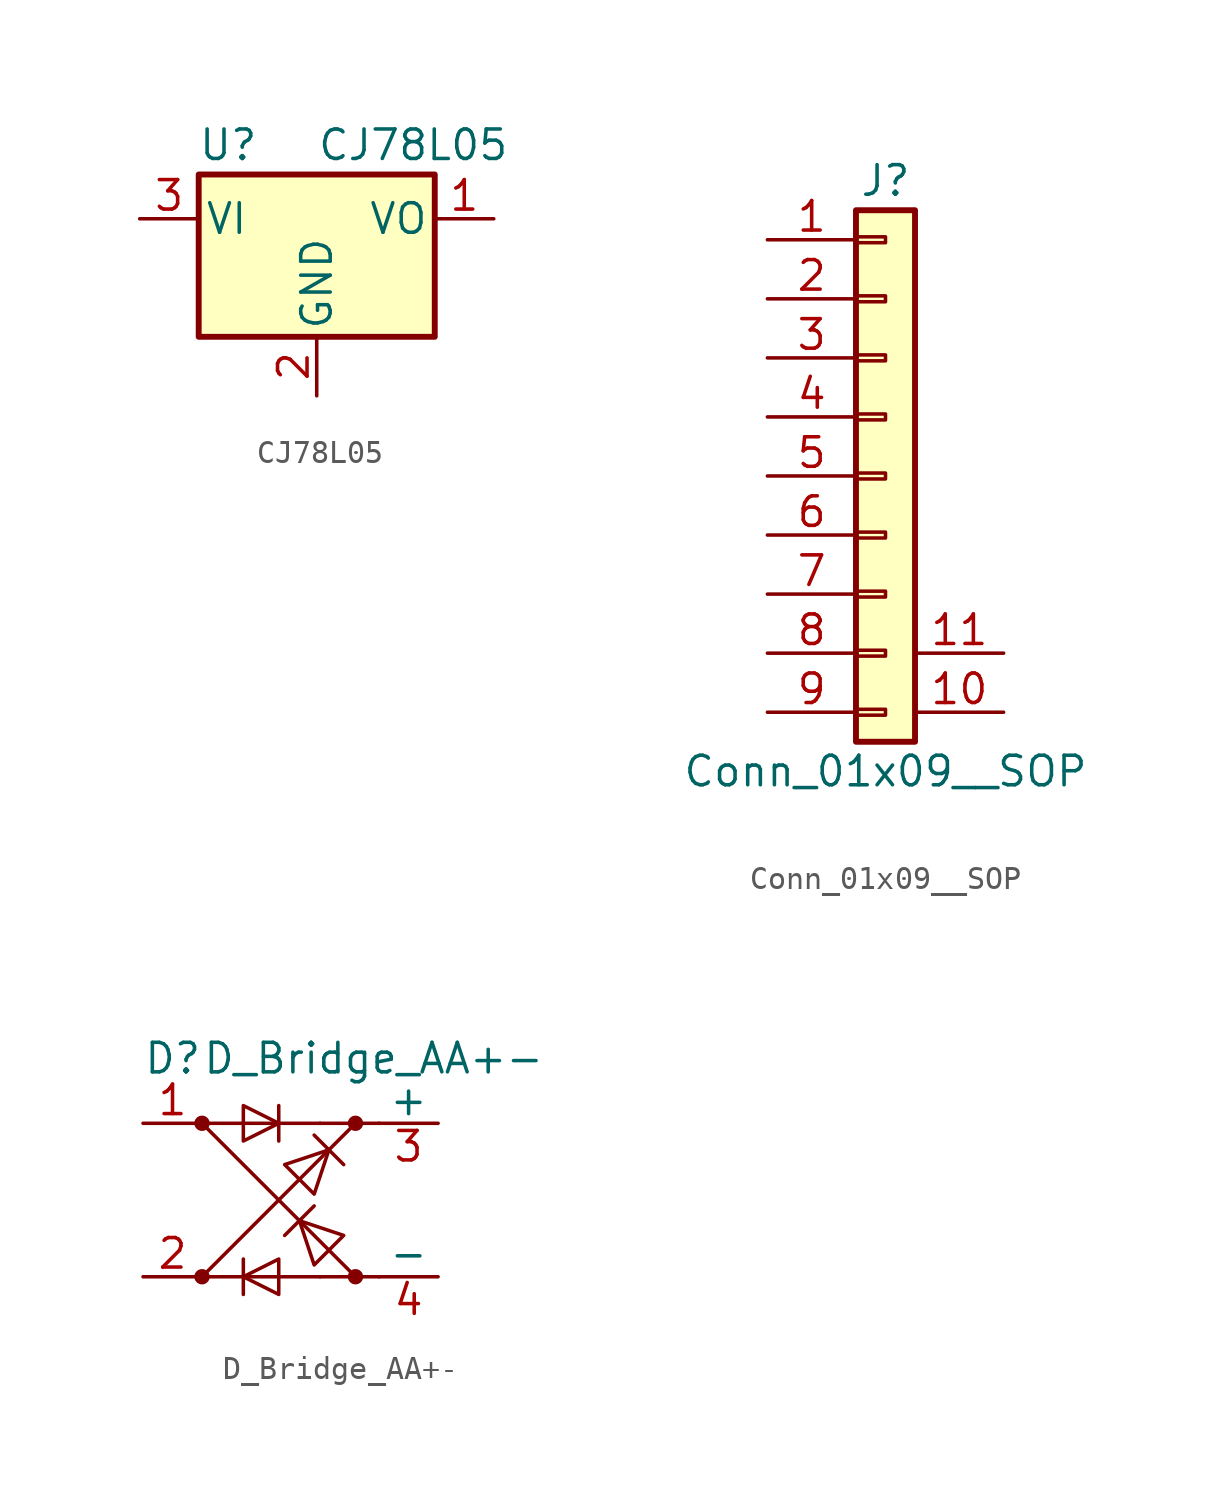
<source format=kicad_sym>
(kicad_symbol_lib
  (version 20211014)
  (generator kicad_symbol_editor)
  (symbol "CJ78L05"
    (pin_names
      (offset 0.254))
    (property "Reference" "U"
      (at -3.81 3.175 0)
      (effects (font (size 1.27 1.27))))
    (property "Value" "CJ78L05"
      (at 0 3.175 0)
      (effects (font (size 1.27 1.27)) (justify left)))
    (symbol "CJ78L05_0_1"
      (rectangle (start -5.08 -5.08) (end 5.08 1.905) (stroke (width 0.254) (type default) (color 0 0 0 0)) (fill (type background))))
    (symbol "CJ78L05_1_1"
      (pin power_out line (at 7.62 0 180) (length 2.54) (name "VO" (effects (font (size 1.27 1.27)))) (number "1" (effects (font (size 1.27 1.27)))))
      (pin power_in line (at 0 -7.62 90) (length 2.54) (name "GND" (effects (font (size 1.27 1.27)))) (number "2" (effects (font (size 1.27 1.27)))))
      (pin power_in line (at -7.62 0 0) (length 2.54) (name "VI" (effects (font (size 1.27 1.27)))) (number "3" (effects (font (size 1.27 1.27)))))))
  (symbol "Conn_01x09__SOP"
    (pin_names
      (offset 1.016) hide)
    (property "Reference" "J"
      (at 0 12.7 0)
      (effects (font (size 1.27 1.27))))
    (property "Value" "Conn_01x09__SOP"
      (at 0 -12.7 0)
      (effects (font (size 1.27 1.27))))
    (symbol "Conn_01x09__SOP_1_1"
      (rectangle (start -1.27 -10.033) (end 0 -10.287) (stroke (width 0.152) (type default) (color 0 0 0 0)) (fill (type none)))
      (rectangle (start -1.27 -7.493) (end 0 -7.747) (stroke (width 0.152) (type default) (color 0 0 0 0)) (fill (type none)))
      (rectangle (start -1.27 -4.953) (end 0 -5.207) (stroke (width 0.152) (type default) (color 0 0 0 0)) (fill (type none)))
      (rectangle (start -1.27 -2.413) (end 0 -2.667) (stroke (width 0.152) (type default) (color 0 0 0 0)) (fill (type none)))
      (rectangle (start -1.27 0.127) (end 0 -0.127) (stroke (width 0.152) (type default) (color 0 0 0 0)) (fill (type none)))
      (rectangle (start -1.27 2.667) (end 0 2.413) (stroke (width 0.152) (type default) (color 0 0 0 0)) (fill (type none)))
      (rectangle (start -1.27 5.207) (end 0 4.953) (stroke (width 0.152) (type default) (color 0 0 0 0)) (fill (type none)))
      (rectangle (start -1.27 7.747) (end 0 7.493) (stroke (width 0.152) (type default) (color 0 0 0 0)) (fill (type none)))
      (rectangle (start -1.27 10.287) (end 0 10.033) (stroke (width 0.152) (type default) (color 0 0 0 0)) (fill (type none)))
      (rectangle (start -1.27 11.43) (end 1.27 -11.43) (stroke (width 0.254) (type default) (color 0 0 0 0)) (fill (type background)))
      (pin passive line (at -5.08 10.16 0) (length 3.81) (name "Pin_1" (effects (font (size 1.27 1.27)))) (number "1" (effects (font (size 1.27 1.27)))))
      (pin passive line (at 5.08 -10.16 180) (length 3.81) (name "Pin_10" (effects (font (size 1.27 1.27)))) (number "10" (effects (font (size 1.27 1.27)))))
      (pin passive line (at 5.08 -7.62 180) (length 3.81) (name "Pin_11" (effects (font (size 1.27 1.27)))) (number "11" (effects (font (size 1.27 1.27)))))
      (pin passive line (at -5.08 7.62 0) (length 3.81) (name "Pin_2" (effects (font (size 1.27 1.27)))) (number "2" (effects (font (size 1.27 1.27)))))
      (pin passive line (at -5.08 5.08 0) (length 3.81) (name "Pin_3" (effects (font (size 1.27 1.27)))) (number "3" (effects (font (size 1.27 1.27)))))
      (pin passive line (at -5.08 2.54 0) (length 3.81) (name "Pin_4" (effects (font (size 1.27 1.27)))) (number "4" (effects (font (size 1.27 1.27)))))
      (pin passive line (at -5.08 0 0) (length 3.81) (name "Pin_5" (effects (font (size 1.27 1.27)))) (number "5" (effects (font (size 1.27 1.27)))))
      (pin passive line (at -5.08 -2.54 0) (length 3.81) (name "Pin_6" (effects (font (size 1.27 1.27)))) (number "6" (effects (font (size 1.27 1.27)))))
      (pin passive line (at -5.08 -5.08 0) (length 3.81) (name "Pin_7" (effects (font (size 1.27 1.27)))) (number "7" (effects (font (size 1.27 1.27)))))
      (pin passive line (at -5.08 -7.62 0) (length 3.81) (name "Pin_8" (effects (font (size 1.27 1.27)))) (number "8" (effects (font (size 1.27 1.27)))))
      (pin passive line (at -5.08 -10.16 0) (length 3.81) (name "Pin_9" (effects (font (size 1.27 1.27)))) (number "9" (effects (font (size 1.27 1.27)))))))
  (symbol "D_Bridge_AA+-"
    (pin_names
      (offset 0))
    (property "Reference" "D"
      (at -5.08 6.096 0)
      (effects (font (size 1.27 1.27)) (justify left)))
    (property "Value" "D_Bridge_AA+-"
      (at -2.54 6.096 0)
      (effects (font (size 1.27 1.27)) (justify left)))
    (symbol "D_Bridge_AA+-_0_1"
      (circle (center -2.54 -3.302) (radius 0.254) (stroke (width 0) (type default) (color 0 0 0 0)) (fill (type outline)))
      (circle (center -2.54 3.302) (radius 0.254) (stroke (width 0) (type default) (color 0 0 0 0)) (fill (type outline)))
      (polyline (pts (xy -0.762 -2.54) (xy -0.762 -4.064)) (stroke (width 0) (type default) (color 0 0 0 0)) (fill (type none)))
      (polyline (pts (xy 2.286 -0.254) (xy 1.016 -1.524)) (stroke (width 0) (type default) (color 0 0 0 0)) (fill (type none)))
      (polyline (pts (xy 2.286 2.794) (xy 3.556 1.524)) (stroke (width 0) (type default) (color 0 0 0 0)) (fill (type none)))
      (polyline (pts (xy 2.54 -3.302) (xy 5.08 -3.302)) (stroke (width 0) (type default) (color 0 0 0 0)) (fill (type none)))
      (polyline (pts (xy 2.54 3.302) (xy 5.08 3.302)) (stroke (width 0) (type default) (color 0 0 0 0)) (fill (type none)))
      (polyline (pts (xy 4.064 -3.302) (xy -2.54 3.302)) (stroke (width 0) (type default) (color 0 0 0 0)) (fill (type none)))
      (polyline (pts (xy 4.064 3.302) (xy -2.54 -3.302)) (stroke (width 0) (type default) (color 0 0 0 0)) (fill (type none)))
      (polyline (pts (xy -2.54 3.302) (xy 1.27 3.302) (xy 2.54 3.302)) (stroke (width 0) (type default) (color 0 0 0 0)) (fill (type none)))
      (polyline (pts (xy 0.762 -2.54) (xy 0.762 -4.064) (xy -0.762 -3.302) (xy 0.762 -2.54)) (stroke (width 0) (type default) (color 0 0 0 0)) (fill (type none)))
      (polyline (pts (xy 1.016 1.524) (xy 2.286 0.254) (xy 2.921 2.159) (xy 1.016 1.524)) (stroke (width 0) (type default) (color 0 0 0 0)) (fill (type none)))
      (polyline (pts (xy 3.556 -1.524) (xy 2.286 -2.794) (xy 1.651 -0.889) (xy 3.556 -1.524)) (stroke (width 0) (type default) (color 0 0 0 0)) (fill (type none)))
      (circle (center 4.064 3.302) (radius 0.254) (stroke (width 0) (type default) (color 0 0 0 0)) (fill (type outline))))
    (symbol "D_Bridge_AA+-_1_1"
      (polyline (pts (xy 0.762 2.54) (xy 0.762 4.064)) (stroke (width 0) (type default) (color 0 0 0 0)) (fill (type none)))
      (polyline (pts (xy -2.54 -3.302) (xy 1.27 -3.302) (xy 2.54 -3.302)) (stroke (width 0) (type default) (color 0 0 0 0)) (fill (type none)))
      (polyline (pts (xy -0.762 2.54) (xy -0.762 4.064) (xy 0.762 3.302) (xy -0.762 2.54)) (stroke (width 0) (type default) (color 0 0 0 0)) (fill (type none)))
      (circle (center 4.064 -3.302) (radius 0.254) (stroke (width 0) (type default) (color 0 0 0 0)) (fill (type outline)))
      (pin passive line (at -5.08 3.302 0) (length 2.54) (name "~" (effects (font (size 1.27 1.27)))) (number "1" (effects (font (size 1.27 1.27)))))
      (pin passive line (at -5.08 -3.302 0) (length 2.54) (name "~" (effects (font (size 1.27 1.27)))) (number "2" (effects (font (size 1.27 1.27)))))
      (pin passive line (at 7.62 3.302 180) (length 2.54) (name "+" (effects (font (size 1.27 1.27)))) (number "3" (effects (font (size 1.27 1.27)))))
      (pin passive line (at 7.62 -3.302 180) (length 2.54) (name "-" (effects (font (size 1.27 1.27)))) (number "4" (effects (font (size 1.27 1.27))))))))
</source>
